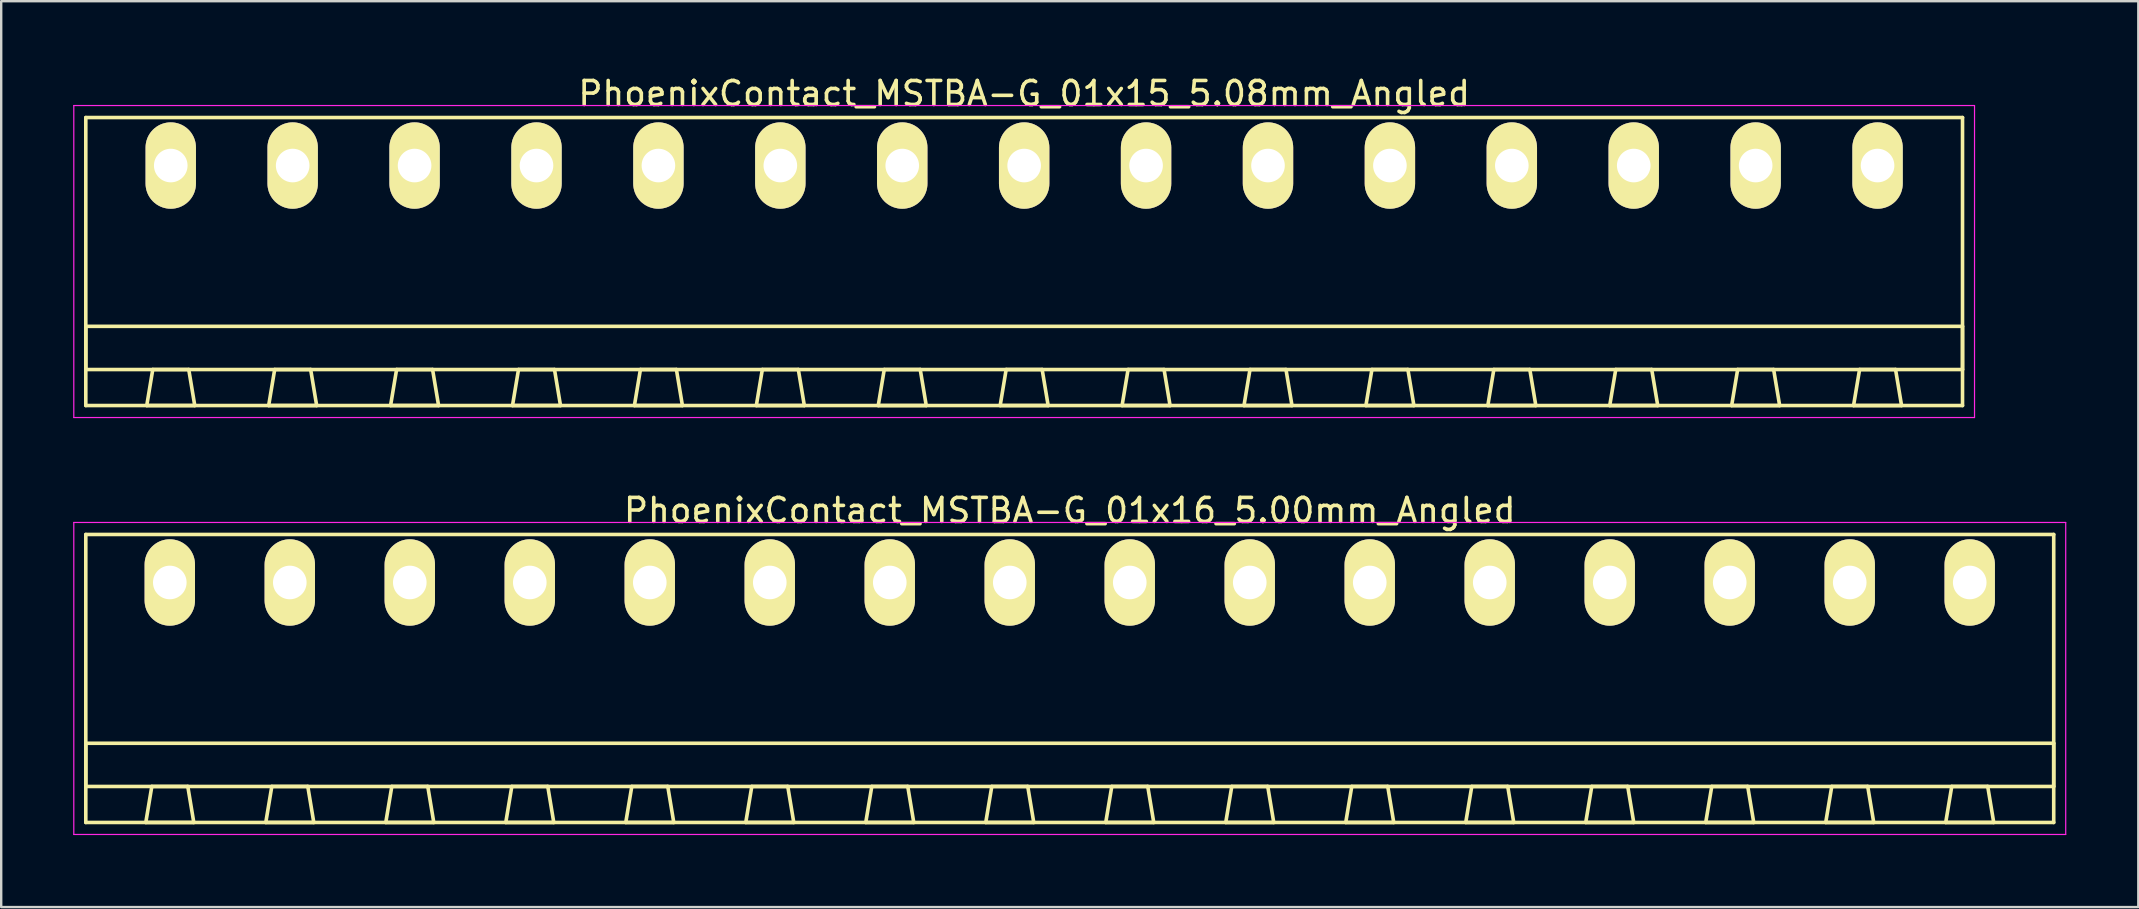
<source format=kicad_pcb>
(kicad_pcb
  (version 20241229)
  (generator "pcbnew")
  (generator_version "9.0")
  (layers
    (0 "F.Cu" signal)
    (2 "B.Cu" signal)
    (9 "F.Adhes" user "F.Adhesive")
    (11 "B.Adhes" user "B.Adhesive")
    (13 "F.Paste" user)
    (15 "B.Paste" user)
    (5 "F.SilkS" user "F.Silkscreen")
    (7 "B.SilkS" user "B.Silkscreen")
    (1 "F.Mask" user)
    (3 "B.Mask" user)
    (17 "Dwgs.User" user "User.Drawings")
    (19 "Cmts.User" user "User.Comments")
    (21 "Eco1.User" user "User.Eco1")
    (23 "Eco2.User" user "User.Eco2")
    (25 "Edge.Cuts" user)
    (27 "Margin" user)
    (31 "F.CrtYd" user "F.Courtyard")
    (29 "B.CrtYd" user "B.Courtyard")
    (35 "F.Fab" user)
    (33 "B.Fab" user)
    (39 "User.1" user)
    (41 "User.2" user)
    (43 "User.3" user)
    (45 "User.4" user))
  (footprint "PhoenixContact_MSTBA-G_01x16_5.00mm_Angled"
    (layer "F.Cu")
    (at 4.025 21.221)
    (property "Reference" "PhoenixContact_MSTBA-G_01x16_5.00mm_Angled" (at 37.5 -3 0) (layer "F.SilkS") (effects (font (size 1 1) (thickness 0.15))))
    (attr through_hole)
    (fp_line (start -3.5 -2) (end -3.5 10) (stroke (width 0.15) (type solid)) (layer "F.SilkS"))
    (fp_line (start -3.5 6.7) (end 78.5 6.7) (stroke (width 0.15) (type solid)) (layer "F.SilkS"))
    (fp_line (start -3.5 8.5) (end -3.5 6.7) (stroke (width 0.15) (type solid)) (layer "F.SilkS"))
    (fp_line (start -3.5 10) (end 78.5 10) (stroke (width 0.15) (type solid)) (layer "F.SilkS"))
    (fp_line (start -1 10) (end 1 10) (stroke (width 0.15) (type solid)) (layer "F.SilkS"))
    (fp_line (start -0.75 8.5) (end -1 10) (stroke (width 0.15) (type solid)) (layer "F.SilkS"))
    (fp_line (start 0.75 8.5) (end -0.75 8.5) (stroke (width 0.15) (type solid)) (layer "F.SilkS"))
    (fp_line (start 1 10) (end 0.75 8.5) (stroke (width 0.15) (type solid)) (layer "F.SilkS"))
    (fp_line (start 4 10) (end 6 10) (stroke (width 0.15) (type solid)) (layer "F.SilkS"))
    (fp_line (start 4.25 8.5) (end 4 10) (stroke (width 0.15) (type solid)) (layer "F.SilkS"))
    (fp_line (start 5.75 8.5) (end 4.25 8.5) (stroke (width 0.15) (type solid)) (layer "F.SilkS"))
    (fp_line (start 6 10) (end 5.75 8.5) (stroke (width 0.15) (type solid)) (layer "F.SilkS"))
    (fp_line (start 9 10) (end 11 10) (stroke (width 0.15) (type solid)) (layer "F.SilkS"))
    (fp_line (start 9.25 8.5) (end 9 10) (stroke (width 0.15) (type solid)) (layer "F.SilkS"))
    (fp_line (start 10.75 8.5) (end 9.25 8.5) (stroke (width 0.15) (type solid)) (layer "F.SilkS"))
    (fp_line (start 11 10) (end 10.75 8.5) (stroke (width 0.15) (type solid)) (layer "F.SilkS"))
    (fp_line (start 14 10) (end 16 10) (stroke (width 0.15) (type solid)) (layer "F.SilkS"))
    (fp_line (start 14.25 8.5) (end 14 10) (stroke (width 0.15) (type solid)) (layer "F.SilkS"))
    (fp_line (start 15.75 8.5) (end 14.25 8.5) (stroke (width 0.15) (type solid)) (layer "F.SilkS"))
    (fp_line (start 16 10) (end 15.75 8.5) (stroke (width 0.15) (type solid)) (layer "F.SilkS"))
    (fp_line (start 19 10) (end 21 10) (stroke (width 0.15) (type solid)) (layer "F.SilkS"))
    (fp_line (start 19.25 8.5) (end 19 10) (stroke (width 0.15) (type solid)) (layer "F.SilkS"))
    (fp_line (start 20.75 8.5) (end 19.25 8.5) (stroke (width 0.15) (type solid)) (layer "F.SilkS"))
    (fp_line (start 21 10) (end 20.75 8.5) (stroke (width 0.15) (type solid)) (layer "F.SilkS"))
    (fp_line (start 24 10) (end 26 10) (stroke (width 0.15) (type solid)) (layer "F.SilkS"))
    (fp_line (start 24.25 8.5) (end 24 10) (stroke (width 0.15) (type solid)) (layer "F.SilkS"))
    (fp_line (start 25.75 8.5) (end 24.25 8.5) (stroke (width 0.15) (type solid)) (layer "F.SilkS"))
    (fp_line (start 26 10) (end 25.75 8.5) (stroke (width 0.15) (type solid)) (layer "F.SilkS"))
    (fp_line (start 29 10) (end 31 10) (stroke (width 0.15) (type solid)) (layer "F.SilkS"))
    (fp_line (start 29.25 8.5) (end 29 10) (stroke (width 0.15) (type solid)) (layer "F.SilkS"))
    (fp_line (start 30.75 8.5) (end 29.25 8.5) (stroke (width 0.15) (type solid)) (layer "F.SilkS"))
    (fp_line (start 31 10) (end 30.75 8.5) (stroke (width 0.15) (type solid)) (layer "F.SilkS"))
    (fp_line (start 34 10) (end 36 10) (stroke (width 0.15) (type solid)) (layer "F.SilkS"))
    (fp_line (start 34.25 8.5) (end 34 10) (stroke (width 0.15) (type solid)) (layer "F.SilkS"))
    (fp_line (start 35.75 8.5) (end 34.25 8.5) (stroke (width 0.15) (type solid)) (layer "F.SilkS"))
    (fp_line (start 36 10) (end 35.75 8.5) (stroke (width 0.15) (type solid)) (layer "F.SilkS"))
    (fp_line (start 39 10) (end 41 10) (stroke (width 0.15) (type solid)) (layer "F.SilkS"))
    (fp_line (start 39.25 8.5) (end 39 10) (stroke (width 0.15) (type solid)) (layer "F.SilkS"))
    (fp_line (start 40.75 8.5) (end 39.25 8.5) (stroke (width 0.15) (type solid)) (layer "F.SilkS"))
    (fp_line (start 41 10) (end 40.75 8.5) (stroke (width 0.15) (type solid)) (layer "F.SilkS"))
    (fp_line (start 44 10) (end 46 10) (stroke (width 0.15) (type solid)) (layer "F.SilkS"))
    (fp_line (start 44.25 8.5) (end 44 10) (stroke (width 0.15) (type solid)) (layer "F.SilkS"))
    (fp_line (start 45.75 8.5) (end 44.25 8.5) (stroke (width 0.15) (type solid)) (layer "F.SilkS"))
    (fp_line (start 46 10) (end 45.75 8.5) (stroke (width 0.15) (type solid)) (layer "F.SilkS"))
    (fp_line (start 49 10) (end 51 10) (stroke (width 0.15) (type solid)) (layer "F.SilkS"))
    (fp_line (start 49.25 8.5) (end 49 10) (stroke (width 0.15) (type solid)) (layer "F.SilkS"))
    (fp_line (start 50.75 8.5) (end 49.25 8.5) (stroke (width 0.15) (type solid)) (layer "F.SilkS"))
    (fp_line (start 51 10) (end 50.75 8.5) (stroke (width 0.15) (type solid)) (layer "F.SilkS"))
    (fp_line (start 54 10) (end 56 10) (stroke (width 0.15) (type solid)) (layer "F.SilkS"))
    (fp_line (start 54.25 8.5) (end 54 10) (stroke (width 0.15) (type solid)) (layer "F.SilkS"))
    (fp_line (start 55.75 8.5) (end 54.25 8.5) (stroke (width 0.15) (type solid)) (layer "F.SilkS"))
    (fp_line (start 56 10) (end 55.75 8.5) (stroke (width 0.15) (type solid)) (layer "F.SilkS"))
    (fp_line (start 59 10) (end 61 10) (stroke (width 0.15) (type solid)) (layer "F.SilkS"))
    (fp_line (start 59.25 8.5) (end 59 10) (stroke (width 0.15) (type solid)) (layer "F.SilkS"))
    (fp_line (start 60.75 8.5) (end 59.25 8.5) (stroke (width 0.15) (type solid)) (layer "F.SilkS"))
    (fp_line (start 61 10) (end 60.75 8.5) (stroke (width 0.15) (type solid)) (layer "F.SilkS"))
    (fp_line (start 64 10) (end 66 10) (stroke (width 0.15) (type solid)) (layer "F.SilkS"))
    (fp_line (start 64.25 8.5) (end 64 10) (stroke (width 0.15) (type solid)) (layer "F.SilkS"))
    (fp_line (start 65.75 8.5) (end 64.25 8.5) (stroke (width 0.15) (type solid)) (layer "F.SilkS"))
    (fp_line (start 66 10) (end 65.75 8.5) (stroke (width 0.15) (type solid)) (layer "F.SilkS"))
    (fp_line (start 69 10) (end 71 10) (stroke (width 0.15) (type solid)) (layer "F.SilkS"))
    (fp_line (start 69.25 8.5) (end 69 10) (stroke (width 0.15) (type solid)) (layer "F.SilkS"))
    (fp_line (start 70.75 8.5) (end 69.25 8.5) (stroke (width 0.15) (type solid)) (layer "F.SilkS"))
    (fp_line (start 71 10) (end 70.75 8.5) (stroke (width 0.15) (type solid)) (layer "F.SilkS"))
    (fp_line (start 74 10) (end 76 10) (stroke (width 0.15) (type solid)) (layer "F.SilkS"))
    (fp_line (start 74.25 8.5) (end 74 10) (stroke (width 0.15) (type solid)) (layer "F.SilkS"))
    (fp_line (start 75.75 8.5) (end 74.25 8.5) (stroke (width 0.15) (type solid)) (layer "F.SilkS"))
    (fp_line (start 76 10) (end 75.75 8.5) (stroke (width 0.15) (type solid)) (layer "F.SilkS"))
    (fp_line (start 78.5 -2) (end -3.5 -2) (stroke (width 0.15) (type solid)) (layer "F.SilkS"))
    (fp_line (start 78.5 6.7) (end 78.5 8.5) (stroke (width 0.15) (type solid)) (layer "F.SilkS"))
    (fp_line (start 78.5 8.5) (end -3.5 8.5) (stroke (width 0.15) (type solid)) (layer "F.SilkS"))
    (fp_line (start 78.5 10) (end 78.5 -2) (stroke (width 0.15) (type solid)) (layer "F.SilkS"))
    (fp_line (start -4 -2.5) (end -4 10.5) (stroke (width 0.05) (type solid)) (layer "F.CrtYd"))
    (fp_line (start -4 10.5) (end 79 10.5) (stroke (width 0.05) (type solid)) (layer "F.CrtYd"))
    (fp_line (start 79 -2.5) (end -4 -2.5) (stroke (width 0.05) (type solid)) (layer "F.CrtYd"))
    (fp_line (start 79 10.5) (end 79 -2.5) (stroke (width 0.05) (type solid)) (layer "F.CrtYd"))
    (pad "1" thru_hole oval (at 0 0) (size 2.1 3.6) (drill 1.4) (layers "*.Cu" "*.Mask" "F.SilkS"))
    (pad "2" thru_hole oval (at 5 0) (size 2.1 3.6) (drill 1.4) (layers "*.Cu" "*.Mask" "F.SilkS"))
    (pad "3" thru_hole oval (at 10 0) (size 2.1 3.6) (drill 1.4) (layers "*.Cu" "*.Mask" "F.SilkS"))
    (pad "4" thru_hole oval (at 15 0) (size 2.1 3.6) (drill 1.4) (layers "*.Cu" "*.Mask" "F.SilkS"))
    (pad "5" thru_hole oval (at 20 0) (size 2.1 3.6) (drill 1.4) (layers "*.Cu" "*.Mask" "F.SilkS"))
    (pad "6" thru_hole oval (at 25 0) (size 2.1 3.6) (drill 1.4) (layers "*.Cu" "*.Mask" "F.SilkS"))
    (pad "7" thru_hole oval (at 30 0) (size 2.1 3.6) (drill 1.4) (layers "*.Cu" "*.Mask" "F.SilkS"))
    (pad "8" thru_hole oval (at 35 0) (size 2.1 3.6) (drill 1.4) (layers "*.Cu" "*.Mask" "F.SilkS"))
    (pad "9" thru_hole oval (at 40 0) (size 2.1 3.6) (drill 1.4) (layers "*.Cu" "*.Mask" "F.SilkS"))
    (pad "10" thru_hole oval (at 45 0) (size 2.1 3.6) (drill 1.4) (layers "*.Cu" "*.Mask" "F.SilkS"))
    (pad "11" thru_hole oval (at 50 0) (size 2.1 3.6) (drill 1.4) (layers "*.Cu" "*.Mask" "F.SilkS"))
    (pad "12" thru_hole oval (at 55 0) (size 2.1 3.6) (drill 1.4) (layers "*.Cu" "*.Mask" "F.SilkS"))
    (pad "13" thru_hole oval (at 60 0) (size 2.1 3.6) (drill 1.4) (layers "*.Cu" "*.Mask" "F.SilkS"))
    (pad "14" thru_hole oval (at 65 0) (size 2.1 3.6) (drill 1.4) (layers "*.Cu" "*.Mask" "F.SilkS"))
    (pad "15" thru_hole oval (at 70 0) (size 2.1 3.6) (drill 1.4) (layers "*.Cu" "*.Mask" "F.SilkS"))
    (pad "16" thru_hole oval (at 75 0) (size 2.1 3.6) (drill 1.4) (layers "*.Cu" "*.Mask" "F.SilkS")))
  (footprint "PhoenixContact_MSTBA-G_01x15_5.08mm_Angled"
    (layer "F.Cu")
    (at 4.065 3.848)
    (property "Reference" "PhoenixContact_MSTBA-G_01x15_5.08mm_Angled" (at 35.56 -3 0) (layer "F.SilkS") (effects (font (size 1 1) (thickness 0.15))))
    (attr through_hole)
    (fp_line (start -3.54 -2) (end -3.54 10) (stroke (width 0.15) (type solid)) (layer "F.SilkS"))
    (fp_line (start -3.54 6.7) (end 74.66 6.7) (stroke (width 0.15) (type solid)) (layer "F.SilkS"))
    (fp_line (start -3.54 8.5) (end -3.54 6.7) (stroke (width 0.15) (type solid)) (layer "F.SilkS"))
    (fp_line (start -3.54 10) (end 74.66 10) (stroke (width 0.15) (type solid)) (layer "F.SilkS"))
    (fp_line (start -1 10) (end 1 10) (stroke (width 0.15) (type solid)) (layer "F.SilkS"))
    (fp_line (start -0.75 8.5) (end -1 10) (stroke (width 0.15) (type solid)) (layer "F.SilkS"))
    (fp_line (start 0.75 8.5) (end -0.75 8.5) (stroke (width 0.15) (type solid)) (layer "F.SilkS"))
    (fp_line (start 1 10) (end 0.75 8.5) (stroke (width 0.15) (type solid)) (layer "F.SilkS"))
    (fp_line (start 4.08 10) (end 6.08 10) (stroke (width 0.15) (type solid)) (layer "F.SilkS"))
    (fp_line (start 4.33 8.5) (end 4.08 10) (stroke (width 0.15) (type solid)) (layer "F.SilkS"))
    (fp_line (start 5.83 8.5) (end 4.33 8.5) (stroke (width 0.15) (type solid)) (layer "F.SilkS"))
    (fp_line (start 6.08 10) (end 5.83 8.5) (stroke (width 0.15) (type solid)) (layer "F.SilkS"))
    (fp_line (start 9.16 10) (end 11.16 10) (stroke (width 0.15) (type solid)) (layer "F.SilkS"))
    (fp_line (start 9.41 8.5) (end 9.16 10) (stroke (width 0.15) (type solid)) (layer "F.SilkS"))
    (fp_line (start 10.91 8.5) (end 9.41 8.5) (stroke (width 0.15) (type solid)) (layer "F.SilkS"))
    (fp_line (start 11.16 10) (end 10.91 8.5) (stroke (width 0.15) (type solid)) (layer "F.SilkS"))
    (fp_line (start 14.24 10) (end 16.24 10) (stroke (width 0.15) (type solid)) (layer "F.SilkS"))
    (fp_line (start 14.49 8.5) (end 14.24 10) (stroke (width 0.15) (type solid)) (layer "F.SilkS"))
    (fp_line (start 15.99 8.5) (end 14.49 8.5) (stroke (width 0.15) (type solid)) (layer "F.SilkS"))
    (fp_line (start 16.24 10) (end 15.99 8.5) (stroke (width 0.15) (type solid)) (layer "F.SilkS"))
    (fp_line (start 19.32 10) (end 21.32 10) (stroke (width 0.15) (type solid)) (layer "F.SilkS"))
    (fp_line (start 19.57 8.5) (end 19.32 10) (stroke (width 0.15) (type solid)) (layer "F.SilkS"))
    (fp_line (start 21.07 8.5) (end 19.57 8.5) (stroke (width 0.15) (type solid)) (layer "F.SilkS"))
    (fp_line (start 21.32 10) (end 21.07 8.5) (stroke (width 0.15) (type solid)) (layer "F.SilkS"))
    (fp_line (start 24.4 10) (end 26.4 10) (stroke (width 0.15) (type solid)) (layer "F.SilkS"))
    (fp_line (start 24.65 8.5) (end 24.4 10) (stroke (width 0.15) (type solid)) (layer "F.SilkS"))
    (fp_line (start 26.15 8.5) (end 24.65 8.5) (stroke (width 0.15) (type solid)) (layer "F.SilkS"))
    (fp_line (start 26.4 10) (end 26.15 8.5) (stroke (width 0.15) (type solid)) (layer "F.SilkS"))
    (fp_line (start 29.48 10) (end 31.48 10) (stroke (width 0.15) (type solid)) (layer "F.SilkS"))
    (fp_line (start 29.73 8.5) (end 29.48 10) (stroke (width 0.15) (type solid)) (layer "F.SilkS"))
    (fp_line (start 31.23 8.5) (end 29.73 8.5) (stroke (width 0.15) (type solid)) (layer "F.SilkS"))
    (fp_line (start 31.48 10) (end 31.23 8.5) (stroke (width 0.15) (type solid)) (layer "F.SilkS"))
    (fp_line (start 34.56 10) (end 36.56 10) (stroke (width 0.15) (type solid)) (layer "F.SilkS"))
    (fp_line (start 34.81 8.5) (end 34.56 10) (stroke (width 0.15) (type solid)) (layer "F.SilkS"))
    (fp_line (start 36.31 8.5) (end 34.81 8.5) (stroke (width 0.15) (type solid)) (layer "F.SilkS"))
    (fp_line (start 36.56 10) (end 36.31 8.5) (stroke (width 0.15) (type solid)) (layer "F.SilkS"))
    (fp_line (start 39.64 10) (end 41.64 10) (stroke (width 0.15) (type solid)) (layer "F.SilkS"))
    (fp_line (start 39.89 8.5) (end 39.64 10) (stroke (width 0.15) (type solid)) (layer "F.SilkS"))
    (fp_line (start 41.39 8.5) (end 39.89 8.5) (stroke (width 0.15) (type solid)) (layer "F.SilkS"))
    (fp_line (start 41.64 10) (end 41.39 8.5) (stroke (width 0.15) (type solid)) (layer "F.SilkS"))
    (fp_line (start 44.72 10) (end 46.72 10) (stroke (width 0.15) (type solid)) (layer "F.SilkS"))
    (fp_line (start 44.97 8.5) (end 44.72 10) (stroke (width 0.15) (type solid)) (layer "F.SilkS"))
    (fp_line (start 46.47 8.5) (end 44.97 8.5) (stroke (width 0.15) (type solid)) (layer "F.SilkS"))
    (fp_line (start 46.72 10) (end 46.47 8.5) (stroke (width 0.15) (type solid)) (layer "F.SilkS"))
    (fp_line (start 49.8 10) (end 51.8 10) (stroke (width 0.15) (type solid)) (layer "F.SilkS"))
    (fp_line (start 50.05 8.5) (end 49.8 10) (stroke (width 0.15) (type solid)) (layer "F.SilkS"))
    (fp_line (start 51.55 8.5) (end 50.05 8.5) (stroke (width 0.15) (type solid)) (layer "F.SilkS"))
    (fp_line (start 51.8 10) (end 51.55 8.5) (stroke (width 0.15) (type solid)) (layer "F.SilkS"))
    (fp_line (start 54.88 10) (end 56.88 10) (stroke (width 0.15) (type solid)) (layer "F.SilkS"))
    (fp_line (start 55.13 8.5) (end 54.88 10) (stroke (width 0.15) (type solid)) (layer "F.SilkS"))
    (fp_line (start 56.63 8.5) (end 55.13 8.5) (stroke (width 0.15) (type solid)) (layer "F.SilkS"))
    (fp_line (start 56.88 10) (end 56.63 8.5) (stroke (width 0.15) (type solid)) (layer "F.SilkS"))
    (fp_line (start 59.96 10) (end 61.96 10) (stroke (width 0.15) (type solid)) (layer "F.SilkS"))
    (fp_line (start 60.21 8.5) (end 59.96 10) (stroke (width 0.15) (type solid)) (layer "F.SilkS"))
    (fp_line (start 61.71 8.5) (end 60.21 8.5) (stroke (width 0.15) (type solid)) (layer "F.SilkS"))
    (fp_line (start 61.96 10) (end 61.71 8.5) (stroke (width 0.15) (type solid)) (layer "F.SilkS"))
    (fp_line (start 65.04 10) (end 67.04 10) (stroke (width 0.15) (type solid)) (layer "F.SilkS"))
    (fp_line (start 65.29 8.5) (end 65.04 10) (stroke (width 0.15) (type solid)) (layer "F.SilkS"))
    (fp_line (start 66.79 8.5) (end 65.29 8.5) (stroke (width 0.15) (type solid)) (layer "F.SilkS"))
    (fp_line (start 67.04 10) (end 66.79 8.5) (stroke (width 0.15) (type solid)) (layer "F.SilkS"))
    (fp_line (start 70.12 10) (end 72.12 10) (stroke (width 0.15) (type solid)) (layer "F.SilkS"))
    (fp_line (start 70.37 8.5) (end 70.12 10) (stroke (width 0.15) (type solid)) (layer "F.SilkS"))
    (fp_line (start 71.87 8.5) (end 70.37 8.5) (stroke (width 0.15) (type solid)) (layer "F.SilkS"))
    (fp_line (start 72.12 10) (end 71.87 8.5) (stroke (width 0.15) (type solid)) (layer "F.SilkS"))
    (fp_line (start 74.66 -2) (end -3.54 -2) (stroke (width 0.15) (type solid)) (layer "F.SilkS"))
    (fp_line (start 74.66 6.7) (end 74.66 8.5) (stroke (width 0.15) (type solid)) (layer "F.SilkS"))
    (fp_line (start 74.66 8.5) (end -3.54 8.5) (stroke (width 0.15) (type solid)) (layer "F.SilkS"))
    (fp_line (start 74.66 10) (end 74.66 -2) (stroke (width 0.15) (type solid)) (layer "F.SilkS"))
    (fp_line (start -4.04 -2.5) (end -4.04 10.5) (stroke (width 0.05) (type solid)) (layer "F.CrtYd"))
    (fp_line (start -4.04 10.5) (end 75.16 10.5) (stroke (width 0.05) (type solid)) (layer "F.CrtYd"))
    (fp_line (start 75.16 -2.5) (end -4.04 -2.5) (stroke (width 0.05) (type solid)) (layer "F.CrtYd"))
    (fp_line (start 75.16 10.5) (end 75.16 -2.5) (stroke (width 0.05) (type solid)) (layer "F.CrtYd"))
    (pad "1" thru_hole oval (at 0 0) (size 2.1 3.6) (drill 1.4) (layers "*.Cu" "*.Mask" "F.SilkS"))
    (pad "2" thru_hole oval (at 5.08 0) (size 2.1 3.6) (drill 1.4) (layers "*.Cu" "*.Mask" "F.SilkS"))
    (pad "3" thru_hole oval (at 10.16 0) (size 2.1 3.6) (drill 1.4) (layers "*.Cu" "*.Mask" "F.SilkS"))
    (pad "4" thru_hole oval (at 15.24 0) (size 2.1 3.6) (drill 1.4) (layers "*.Cu" "*.Mask" "F.SilkS"))
    (pad "5" thru_hole oval (at 20.32 0) (size 2.1 3.6) (drill 1.4) (layers "*.Cu" "*.Mask" "F.SilkS"))
    (pad "6" thru_hole oval (at 25.4 0) (size 2.1 3.6) (drill 1.4) (layers "*.Cu" "*.Mask" "F.SilkS"))
    (pad "7" thru_hole oval (at 30.48 0) (size 2.1 3.6) (drill 1.4) (layers "*.Cu" "*.Mask" "F.SilkS"))
    (pad "8" thru_hole oval (at 35.56 0) (size 2.1 3.6) (drill 1.4) (layers "*.Cu" "*.Mask" "F.SilkS"))
    (pad "9" thru_hole oval (at 40.64 0) (size 2.1 3.6) (drill 1.4) (layers "*.Cu" "*.Mask" "F.SilkS"))
    (pad "10" thru_hole oval (at 45.72 0) (size 2.1 3.6) (drill 1.4) (layers "*.Cu" "*.Mask" "F.SilkS"))
    (pad "11" thru_hole oval (at 50.8 0) (size 2.1 3.6) (drill 1.4) (layers "*.Cu" "*.Mask" "F.SilkS"))
    (pad "12" thru_hole oval (at 55.88 0) (size 2.1 3.6) (drill 1.4) (layers "*.Cu" "*.Mask" "F.SilkS"))
    (pad "13" thru_hole oval (at 60.96 0) (size 2.1 3.6) (drill 1.4) (layers "*.Cu" "*.Mask" "F.SilkS"))
    (pad "14" thru_hole oval (at 66.04 0) (size 2.1 3.6) (drill 1.4) (layers "*.Cu" "*.Mask" "F.SilkS"))
    (pad "15" thru_hole oval (at 71.12 0) (size 2.1 3.6) (drill 1.4) (layers "*.Cu" "*.Mask" "F.SilkS")))
  (gr_rect
    (start -3 -3)
    (end 86.05 34.746)
    (stroke (width 0.1) (type default))
    (fill no)
    (layer "Edge.Cuts")))
</source>
